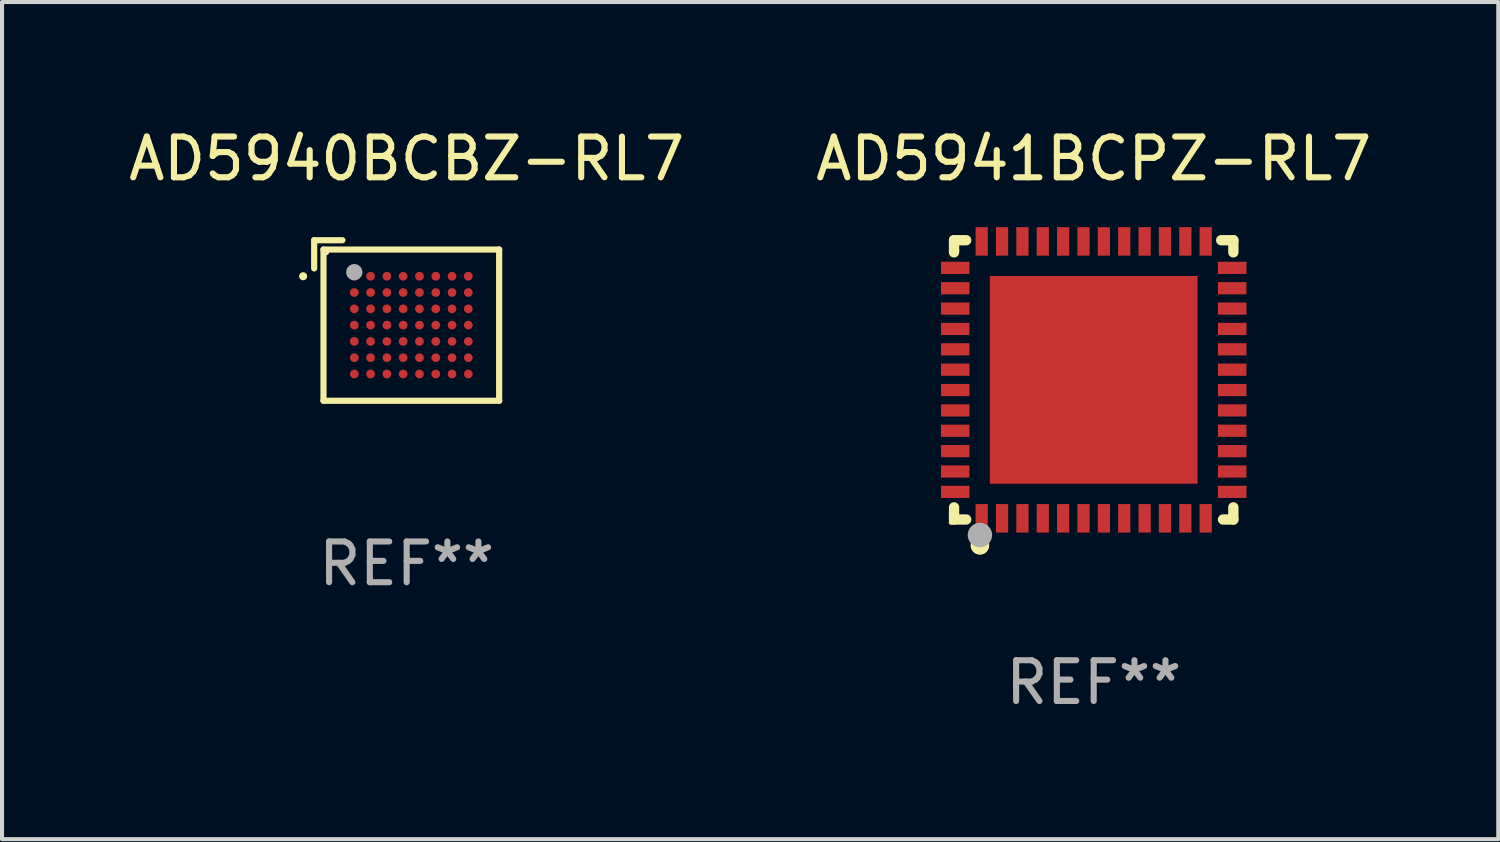
<source format=kicad_pcb>
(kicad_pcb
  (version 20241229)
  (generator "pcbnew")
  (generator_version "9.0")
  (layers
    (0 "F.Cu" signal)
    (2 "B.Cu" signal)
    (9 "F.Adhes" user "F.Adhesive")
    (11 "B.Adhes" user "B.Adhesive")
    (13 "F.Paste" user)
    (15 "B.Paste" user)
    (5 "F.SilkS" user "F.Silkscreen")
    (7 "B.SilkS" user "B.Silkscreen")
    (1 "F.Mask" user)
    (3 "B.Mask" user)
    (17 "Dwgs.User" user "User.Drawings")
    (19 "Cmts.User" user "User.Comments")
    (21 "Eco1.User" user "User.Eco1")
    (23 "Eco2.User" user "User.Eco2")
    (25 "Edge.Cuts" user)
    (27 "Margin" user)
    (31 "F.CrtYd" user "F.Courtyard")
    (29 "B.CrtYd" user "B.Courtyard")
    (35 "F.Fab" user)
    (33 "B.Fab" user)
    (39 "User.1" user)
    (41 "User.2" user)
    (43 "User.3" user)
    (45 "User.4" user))
  (footprint "AD5941BCPZ-RL7"
    (layer "F.Cu")
    (at 23.804 6.277)
    (property "Reference" "AD5941BCPZ-RL7" (at 0 -5.429 0) (layer "F.SilkS") (effects (font (size 1 1) (thickness 0.15))))
    (attr through_hole)
    (fp_line (start -3.429 -3.429) (end -3.429 -3.175) (stroke (width 0.254) (type solid)) (layer "F.SilkS"))
    (fp_line (start -3.429 -3.175) (end -3.429 -3.131) (stroke (width 0.254) (type solid)) (layer "F.SilkS"))
    (fp_line (start -3.429 3.131) (end -3.429 3.429) (stroke (width 0.254) (type solid)) (layer "F.SilkS"))
    (fp_line (start -3.429 3.429) (end -3.131 3.429) (stroke (width 0.254) (type solid)) (layer "F.SilkS"))
    (fp_line (start -3.131 -3.429) (end -3.429 -3.429) (stroke (width 0.254) (type solid)) (layer "F.SilkS"))
    (fp_line (start 3.131 -3.429) (end 3.429 -3.429) (stroke (width 0.254) (type solid)) (layer "F.SilkS"))
    (fp_line (start 3.429 -3.429) (end 3.429 -3.131) (stroke (width 0.254) (type solid)) (layer "F.SilkS"))
    (fp_line (start 3.429 3.131) (end 3.429 3.429) (stroke (width 0.254) (type solid)) (layer "F.SilkS"))
    (fp_line (start 3.429 3.429) (end 3.175 3.429) (stroke (width 0.254) (type solid)) (layer "F.SilkS"))
    (fp_circle (center -3.5 3.5) (end -3.47 3.5) (stroke (width 0.06) (type solid)) (fill no) (layer "F.SilkS"))
    (fp_circle (center -2.794 4.064) (end -2.667 4.064) (stroke (width 0.204) (type solid)) (fill no) (layer "F.SilkS"))
    (fp_circle (center -2.794 3.81) (end -2.644 3.81) (stroke (width 0.3) (type solid)) (fill no) (layer "F.Fab"))
    (fp_text user "REF**" (at 0 7.429 0) (layer "F.Fab") (effects (font (size 1 1) (thickness 0.15))))
    (pad "1" smd rect (at -2.75 3.4) (size 0.3 0.7) (layers "F.Cu" "F.Mask" "F.Paste"))
    (pad "2" smd rect (at -2.25 3.4) (size 0.3 0.7) (layers "F.Cu" "F.Mask" "F.Paste"))
    (pad "3" smd rect (at -1.75 3.4) (size 0.3 0.7) (layers "F.Cu" "F.Mask" "F.Paste"))
    (pad "4" smd rect (at -1.25 3.4) (size 0.3 0.7) (layers "F.Cu" "F.Mask" "F.Paste"))
    (pad "5" smd rect (at -0.75 3.4) (size 0.3 0.7) (layers "F.Cu" "F.Mask" "F.Paste"))
    (pad "6" smd rect (at -0.25 3.4) (size 0.3 0.7) (layers "F.Cu" "F.Mask" "F.Paste"))
    (pad "7" smd rect (at 0.25 3.4) (size 0.3 0.7) (layers "F.Cu" "F.Mask" "F.Paste"))
    (pad "8" smd rect (at 0.75 3.4) (size 0.3 0.7) (layers "F.Cu" "F.Mask" "F.Paste"))
    (pad "9" smd rect (at 1.25 3.4) (size 0.3 0.7) (layers "F.Cu" "F.Mask" "F.Paste"))
    (pad "10" smd rect (at 1.75 3.4) (size 0.3 0.7) (layers "F.Cu" "F.Mask" "F.Paste"))
    (pad "11" smd rect (at 2.25 3.4) (size 0.3 0.7) (layers "F.Cu" "F.Mask" "F.Paste"))
    (pad "12" smd rect (at 2.75 3.4) (size 0.3 0.7) (layers "F.Cu" "F.Mask" "F.Paste"))
    (pad "13" smd rect (at 3.4 2.75) (size 0.7 0.3) (layers "F.Cu" "F.Mask" "F.Paste"))
    (pad "14" smd rect (at 3.4 2.25) (size 0.7 0.3) (layers "F.Cu" "F.Mask" "F.Paste"))
    (pad "15" smd rect (at 3.4 1.75) (size 0.7 0.3) (layers "F.Cu" "F.Mask" "F.Paste"))
    (pad "16" smd rect (at 3.4 1.25) (size 0.7 0.3) (layers "F.Cu" "F.Mask" "F.Paste"))
    (pad "17" smd rect (at 3.4 0.75) (size 0.7 0.3) (layers "F.Cu" "F.Mask" "F.Paste"))
    (pad "18" smd rect (at 3.4 0.25) (size 0.7 0.3) (layers "F.Cu" "F.Mask" "F.Paste"))
    (pad "19" smd rect (at 3.4 -0.25) (size 0.7 0.3) (layers "F.Cu" "F.Mask" "F.Paste"))
    (pad "20" smd rect (at 3.4 -0.75) (size 0.7 0.3) (layers "F.Cu" "F.Mask" "F.Paste"))
    (pad "21" smd rect (at 3.4 -1.25) (size 0.7 0.3) (layers "F.Cu" "F.Mask" "F.Paste"))
    (pad "22" smd rect (at 3.4 -1.75) (size 0.7 0.3) (layers "F.Cu" "F.Mask" "F.Paste"))
    (pad "23" smd rect (at 3.4 -2.25) (size 0.7 0.3) (layers "F.Cu" "F.Mask" "F.Paste"))
    (pad "24" smd rect (at 3.4 -2.75) (size 0.7 0.3) (layers "F.Cu" "F.Mask" "F.Paste"))
    (pad "25" smd rect (at 2.75 -3.4) (size 0.3 0.7) (layers "F.Cu" "F.Mask" "F.Paste"))
    (pad "26" smd rect (at 2.25 -3.4) (size 0.3 0.7) (layers "F.Cu" "F.Mask" "F.Paste"))
    (pad "27" smd rect (at 1.75 -3.4) (size 0.3 0.7) (layers "F.Cu" "F.Mask" "F.Paste"))
    (pad "28" smd rect (at 1.25 -3.4) (size 0.3 0.7) (layers "F.Cu" "F.Mask" "F.Paste"))
    (pad "29" smd rect (at 0.75 -3.4) (size 0.3 0.7) (layers "F.Cu" "F.Mask" "F.Paste"))
    (pad "30" smd rect (at 0.25 -3.4) (size 0.3 0.7) (layers "F.Cu" "F.Mask" "F.Paste"))
    (pad "31" smd rect (at -0.25 -3.4) (size 0.3 0.7) (layers "F.Cu" "F.Mask" "F.Paste"))
    (pad "32" smd rect (at -0.75 -3.4) (size 0.3 0.7) (layers "F.Cu" "F.Mask" "F.Paste"))
    (pad "33" smd rect (at -1.25 -3.4) (size 0.3 0.7) (layers "F.Cu" "F.Mask" "F.Paste"))
    (pad "34" smd rect (at -1.75 -3.4) (size 0.3 0.7) (layers "F.Cu" "F.Mask" "F.Paste"))
    (pad "35" smd rect (at -2.25 -3.4) (size 0.3 0.7) (layers "F.Cu" "F.Mask" "F.Paste"))
    (pad "36" smd rect (at -2.75 -3.4) (size 0.3 0.7) (layers "F.Cu" "F.Mask" "F.Paste"))
    (pad "37" smd rect (at -3.4 -2.75) (size 0.7 0.3) (layers "F.Cu" "F.Mask" "F.Paste"))
    (pad "38" smd rect (at -3.4 -2.25) (size 0.7 0.3) (layers "F.Cu" "F.Mask" "F.Paste"))
    (pad "39" smd rect (at -3.4 -1.75) (size 0.7 0.3) (layers "F.Cu" "F.Mask" "F.Paste"))
    (pad "40" smd rect (at -3.4 -1.25) (size 0.7 0.3) (layers "F.Cu" "F.Mask" "F.Paste"))
    (pad "41" smd rect (at -3.4 -0.75) (size 0.7 0.3) (layers "F.Cu" "F.Mask" "F.Paste"))
    (pad "42" smd rect (at -3.4 -0.25) (size 0.7 0.3) (layers "F.Cu" "F.Mask" "F.Paste"))
    (pad "43" smd rect (at -3.4 0.25) (size 0.7 0.3) (layers "F.Cu" "F.Mask" "F.Paste"))
    (pad "44" smd rect (at -3.4 0.75) (size 0.7 0.3) (layers "F.Cu" "F.Mask" "F.Paste"))
    (pad "45" smd rect (at -3.4 1.25) (size 0.7 0.3) (layers "F.Cu" "F.Mask" "F.Paste"))
    (pad "46" smd rect (at -3.4 1.75) (size 0.7 0.3) (layers "F.Cu" "F.Mask" "F.Paste"))
    (pad "47" smd rect (at -3.4 2.25) (size 0.7 0.3) (layers "F.Cu" "F.Mask" "F.Paste"))
    (pad "48" smd rect (at -3.4 2.75) (size 0.7 0.3) (layers "F.Cu" "F.Mask" "F.Paste"))
    (pad "49" smd rect (at 0 0) (size 5.1 5.1) (layers "F.Cu" "F.Mask" "F.Paste")))
  (footprint "AD5940BCBZ-RL7"
    (layer "F.Cu")
    (at 6.935 4.819)
    (property "Reference" "AD5940BCBZ-RL7" (at 0 -3.971 0) (layer "F.SilkS") (effects (font (size 1 1) (thickness 0.15))))
    (attr through_hole)
    (fp_line (start -2.271 -1.971) (end -1.578 -1.971) (stroke (width 0.152) (type solid)) (layer "F.SilkS"))
    (fp_line (start -2.271 -1.278) (end -2.271 -1.971) (stroke (width 0.152) (type solid)) (layer "F.SilkS"))
    (fp_line (start -2.042 -1.742) (end 2.271 -1.742) (stroke (width 0.152) (type solid)) (layer "F.SilkS"))
    (fp_line (start -2.042 1.971) (end -2.042 -1.742) (stroke (width 0.152) (type solid)) (layer "F.SilkS"))
    (fp_line (start 2.271 -1.742) (end 2.271 1.971) (stroke (width 0.152) (type solid)) (layer "F.SilkS"))
    (fp_line (start 2.271 1.971) (end -2.042 1.971) (stroke (width 0.152) (type solid)) (layer "F.SilkS"))
    (fp_circle (center -2.542 -1.086) (end -2.492 -1.086) (stroke (width 0.1) (type solid)) (fill no) (layer "F.SilkS"))
    (fp_circle (center -1.966 -1.666) (end -1.936 -1.666) (stroke (width 0.06) (type solid)) (fill no) (layer "F.SilkS"))
    (fp_circle (center -1.286 -1.186) (end -1.186 -1.186) (stroke (width 0.2) (type solid)) (fill no) (layer "F.Fab"))
    (fp_text user "REF**" (at 0 5.971 0) (layer "F.Fab") (effects (font (size 1 1) (thickness 0.15))))
    (pad "A1" smd circle (at -1.286 -1.086) (size 0.214 0.214) (layers "F.Cu" "F.Mask" "F.Paste"))
    (pad "A2" smd circle (at -0.886 -1.086) (size 0.214 0.214) (layers "F.Cu" "F.Mask" "F.Paste"))
    (pad "A3" smd circle (at -0.486 -1.086) (size 0.214 0.214) (layers "F.Cu" "F.Mask" "F.Paste"))
    (pad "A4" smd circle (at -0.086 -1.086) (size 0.214 0.214) (layers "F.Cu" "F.Mask" "F.Paste"))
    (pad "A5" smd circle (at 0.314 -1.086) (size 0.214 0.214) (layers "F.Cu" "F.Mask" "F.Paste"))
    (pad "A6" smd circle (at 0.714 -1.086) (size 0.214 0.214) (layers "F.Cu" "F.Mask" "F.Paste"))
    (pad "A7" smd circle (at 1.114 -1.086) (size 0.214 0.214) (layers "F.Cu" "F.Mask" "F.Paste"))
    (pad "A8" smd circle (at 1.514 -1.086) (size 0.214 0.214) (layers "F.Cu" "F.Mask" "F.Paste"))
    (pad "B1" smd circle (at -1.286 -0.686) (size 0.214 0.214) (layers "F.Cu" "F.Mask" "F.Paste"))
    (pad "B2" smd circle (at -0.886 -0.686) (size 0.214 0.214) (layers "F.Cu" "F.Mask" "F.Paste"))
    (pad "B3" smd circle (at -0.486 -0.686) (size 0.214 0.214) (layers "F.Cu" "F.Mask" "F.Paste"))
    (pad "B4" smd circle (at -0.086 -0.686) (size 0.214 0.214) (layers "F.Cu" "F.Mask" "F.Paste"))
    (pad "B5" smd circle (at 0.314 -0.686) (size 0.214 0.214) (layers "F.Cu" "F.Mask" "F.Paste"))
    (pad "B6" smd circle (at 0.714 -0.686) (size 0.214 0.214) (layers "F.Cu" "F.Mask" "F.Paste"))
    (pad "B7" smd circle (at 1.114 -0.686) (size 0.214 0.214) (layers "F.Cu" "F.Mask" "F.Paste"))
    (pad "B8" smd circle (at 1.514 -0.686) (size 0.214 0.214) (layers "F.Cu" "F.Mask" "F.Paste"))
    (pad "C1" smd circle (at -1.286 -0.286) (size 0.214 0.214) (layers "F.Cu" "F.Mask" "F.Paste"))
    (pad "C2" smd circle (at -0.886 -0.286) (size 0.214 0.214) (layers "F.Cu" "F.Mask" "F.Paste"))
    (pad "C3" smd circle (at -0.486 -0.286) (size 0.214 0.214) (layers "F.Cu" "F.Mask" "F.Paste"))
    (pad "C4" smd circle (at -0.086 -0.286) (size 0.214 0.214) (layers "F.Cu" "F.Mask" "F.Paste"))
    (pad "C5" smd circle (at 0.314 -0.286) (size 0.214 0.214) (layers "F.Cu" "F.Mask" "F.Paste"))
    (pad "C6" smd circle (at 0.714 -0.286) (size 0.214 0.214) (layers "F.Cu" "F.Mask" "F.Paste"))
    (pad "C7" smd circle (at 1.114 -0.286) (size 0.214 0.214) (layers "F.Cu" "F.Mask" "F.Paste"))
    (pad "C8" smd circle (at 1.514 -0.286) (size 0.214 0.214) (layers "F.Cu" "F.Mask" "F.Paste"))
    (pad "D1" smd circle (at -1.286 0.114) (size 0.214 0.214) (layers "F.Cu" "F.Mask" "F.Paste"))
    (pad "D2" smd circle (at -0.886 0.114) (size 0.214 0.214) (layers "F.Cu" "F.Mask" "F.Paste"))
    (pad "D3" smd circle (at -0.486 0.114) (size 0.214 0.214) (layers "F.Cu" "F.Mask" "F.Paste"))
    (pad "D4" smd circle (at -0.086 0.114) (size 0.214 0.214) (layers "F.Cu" "F.Mask" "F.Paste"))
    (pad "D5" smd circle (at 0.314 0.114) (size 0.214 0.214) (layers "F.Cu" "F.Mask" "F.Paste"))
    (pad "D6" smd circle (at 0.714 0.114) (size 0.214 0.214) (layers "F.Cu" "F.Mask" "F.Paste"))
    (pad "D7" smd circle (at 1.114 0.114) (size 0.214 0.214) (layers "F.Cu" "F.Mask" "F.Paste"))
    (pad "D8" smd circle (at 1.514 0.114) (size 0.214 0.214) (layers "F.Cu" "F.Mask" "F.Paste"))
    (pad "E1" smd circle (at -1.286 0.514) (size 0.214 0.214) (layers "F.Cu" "F.Mask" "F.Paste"))
    (pad "E2" smd circle (at -0.886 0.514) (size 0.214 0.214) (layers "F.Cu" "F.Mask" "F.Paste"))
    (pad "E3" smd circle (at -0.486 0.514) (size 0.214 0.214) (layers "F.Cu" "F.Mask" "F.Paste"))
    (pad "E4" smd circle (at -0.086 0.514) (size 0.214 0.214) (layers "F.Cu" "F.Mask" "F.Paste"))
    (pad "E5" smd circle (at 0.314 0.514) (size 0.214 0.214) (layers "F.Cu" "F.Mask" "F.Paste"))
    (pad "E6" smd circle (at 0.714 0.514) (size 0.214 0.214) (layers "F.Cu" "F.Mask" "F.Paste"))
    (pad "E7" smd circle (at 1.114 0.514) (size 0.214 0.214) (layers "F.Cu" "F.Mask" "F.Paste"))
    (pad "E8" smd circle (at 1.514 0.514) (size 0.214 0.214) (layers "F.Cu" "F.Mask" "F.Paste"))
    (pad "F1" smd circle (at -1.286 0.914) (size 0.214 0.214) (layers "F.Cu" "F.Mask" "F.Paste"))
    (pad "F2" smd circle (at -0.886 0.914) (size 0.214 0.214) (layers "F.Cu" "F.Mask" "F.Paste"))
    (pad "F3" smd circle (at -0.486 0.914) (size 0.214 0.214) (layers "F.Cu" "F.Mask" "F.Paste"))
    (pad "F4" smd circle (at -0.086 0.914) (size 0.214 0.214) (layers "F.Cu" "F.Mask" "F.Paste"))
    (pad "F5" smd circle (at 0.314 0.914) (size 0.214 0.214) (layers "F.Cu" "F.Mask" "F.Paste"))
    (pad "F6" smd circle (at 0.714 0.914) (size 0.214 0.214) (layers "F.Cu" "F.Mask" "F.Paste"))
    (pad "F7" smd circle (at 1.114 0.914) (size 0.214 0.214) (layers "F.Cu" "F.Mask" "F.Paste"))
    (pad "F8" smd circle (at 1.514 0.914) (size 0.214 0.214) (layers "F.Cu" "F.Mask" "F.Paste"))
    (pad "G1" smd circle (at -1.286 1.314) (size 0.214 0.214) (layers "F.Cu" "F.Mask" "F.Paste"))
    (pad "G2" smd circle (at -0.886 1.314) (size 0.214 0.214) (layers "F.Cu" "F.Mask" "F.Paste"))
    (pad "G3" smd circle (at -0.486 1.314) (size 0.214 0.214) (layers "F.Cu" "F.Mask" "F.Paste"))
    (pad "G4" smd circle (at -0.086 1.314) (size 0.214 0.214) (layers "F.Cu" "F.Mask" "F.Paste"))
    (pad "G5" smd circle (at 0.314 1.314) (size 0.214 0.214) (layers "F.Cu" "F.Mask" "F.Paste"))
    (pad "G6" smd circle (at 0.714 1.314) (size 0.214 0.214) (layers "F.Cu" "F.Mask" "F.Paste"))
    (pad "G7" smd circle (at 1.114 1.314) (size 0.214 0.214) (layers "F.Cu" "F.Mask" "F.Paste"))
    (pad "G8" smd circle (at 1.514 1.314) (size 0.214 0.214) (layers "F.Cu" "F.Mask" "F.Paste")))
  (gr_rect
    (start -3 -3)
    (end 33.738 17.555)
    (stroke (width 0.1) (type default))
    (fill no)
    (layer "Edge.Cuts")))
</source>
